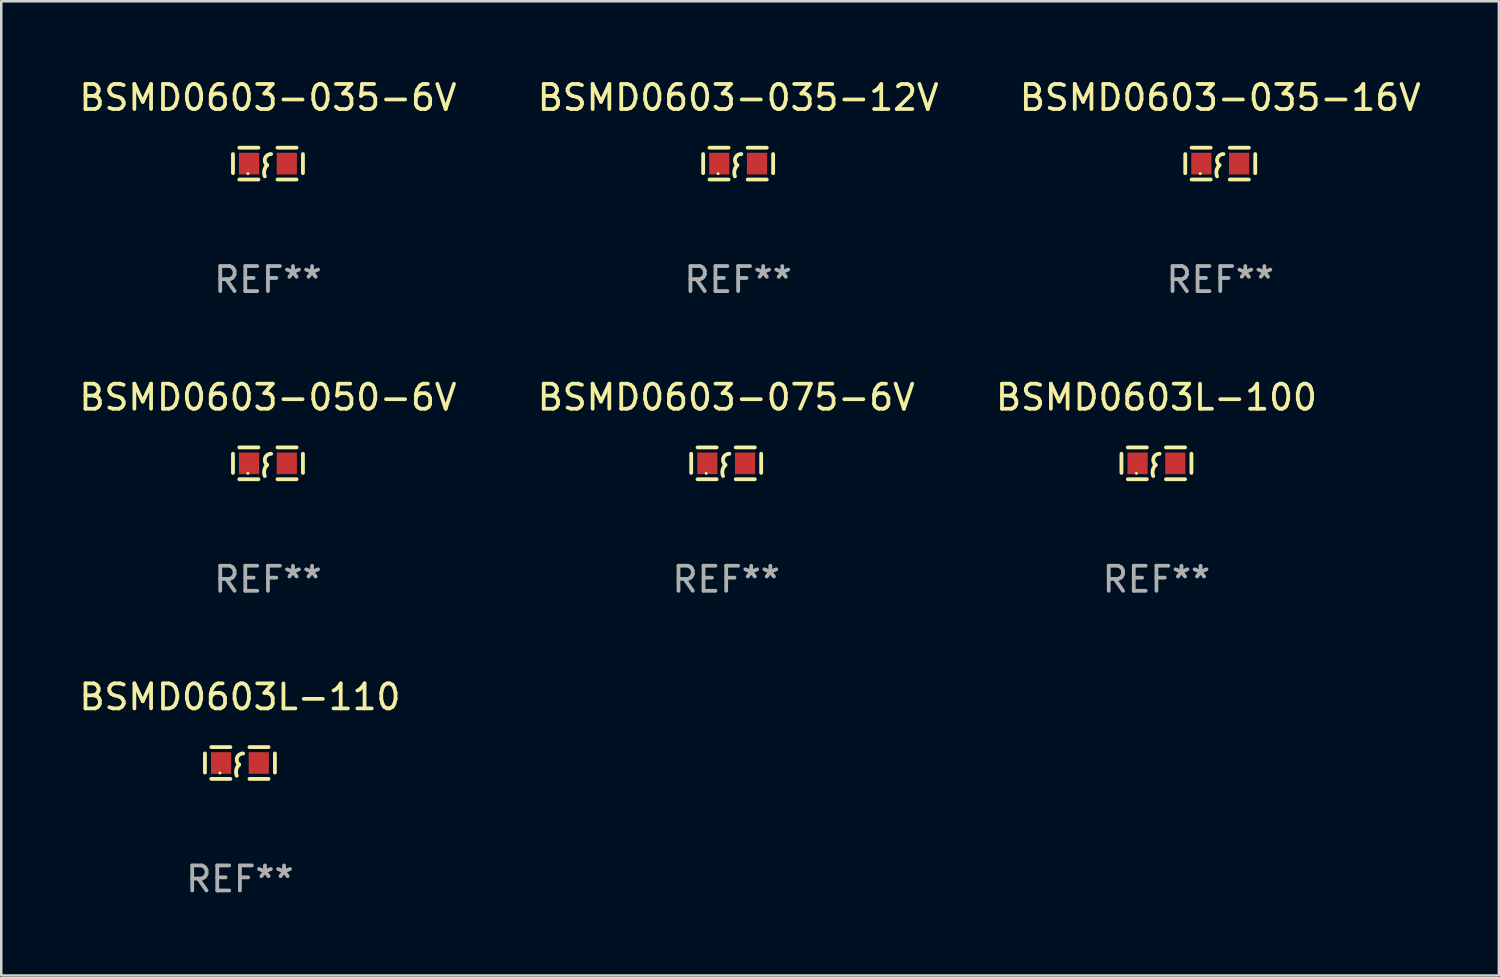
<source format=kicad_pcb>
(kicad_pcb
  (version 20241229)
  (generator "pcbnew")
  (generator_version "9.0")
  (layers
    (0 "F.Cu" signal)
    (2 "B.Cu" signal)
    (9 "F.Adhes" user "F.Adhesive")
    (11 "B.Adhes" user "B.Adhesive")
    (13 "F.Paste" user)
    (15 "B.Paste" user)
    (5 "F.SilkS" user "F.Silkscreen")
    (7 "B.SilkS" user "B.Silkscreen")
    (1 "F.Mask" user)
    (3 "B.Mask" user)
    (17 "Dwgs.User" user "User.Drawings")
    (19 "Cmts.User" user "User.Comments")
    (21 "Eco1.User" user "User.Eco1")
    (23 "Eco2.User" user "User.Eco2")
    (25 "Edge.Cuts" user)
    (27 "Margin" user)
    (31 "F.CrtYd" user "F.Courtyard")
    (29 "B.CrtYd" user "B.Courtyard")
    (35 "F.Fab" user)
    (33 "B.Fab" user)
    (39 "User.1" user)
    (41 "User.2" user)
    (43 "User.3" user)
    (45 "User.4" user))
  (footprint "BSMD0603-035-16V"
    (layer "F.Cu")
    (at 45.673 3.483)
    (property "Reference" "BSMD0603-035-16V" (at 0 -2.635 0) (layer "F.SilkS") (effects (font (size 1 1) (thickness 0.15))))
    (attr through_hole)
    (fp_line (start -1.397 -0.381) (end -1.397 0.381) (stroke (width 0.152) (type solid)) (layer "F.SilkS"))
    (fp_line (start -0.381 -0.635) (end -1.143 -0.635) (stroke (width 0.152) (type solid)) (layer "F.SilkS"))
    (fp_line (start -0.381 0.635) (end -1.143 0.635) (stroke (width 0.152) (type solid)) (layer "F.SilkS"))
    (fp_line (start 0.381 -0.635) (end 1.143 -0.635) (stroke (width 0.152) (type solid)) (layer "F.SilkS"))
    (fp_line (start 0.381 0.635) (end 1.143 0.635) (stroke (width 0.152) (type solid)) (layer "F.SilkS"))
    (fp_line (start 1.397 -0.381) (end 1.397 0.381) (stroke (width 0.152) (type solid)) (layer "F.SilkS"))
    (fp_arc (start -0.127 0.508001) (mid -0.146523 0.271131) (end -0.030861 0.0635) (stroke (width 0.151994) (type solid)) (layer "F.SilkS"))
    (fp_arc (start -0.03175 0.0635) (mid -0.113571 -0.216321) (end 0.127001 -0.381002) (stroke (width 0.151994) (type solid)) (layer "F.SilkS"))
    (fp_circle (center -0.8 0.4) (end -0.77 0.4) (stroke (width 0.06) (type solid)) (fill no) (layer "F.SilkS"))
    (fp_text user "REF**" (at 0 4.635 0) (layer "F.Fab") (effects (font (size 1 1) (thickness 0.15))))
    (pad "1" smd rect (at -0.753 0) (size 0.806 0.864) (layers "F.Cu" "F.Mask" "F.Paste"))
    (pad "2" smd rect (at 0.753 0) (size 0.806 0.864) (layers "F.Cu" "F.Mask" "F.Paste")))
  (footprint "BSMD0603-035-12V"
    (layer "F.Cu")
    (at 26.423 3.483)
    (property "Reference" "BSMD0603-035-12V" (at 0 -2.635 0) (layer "F.SilkS") (effects (font (size 1 1) (thickness 0.15))))
    (attr through_hole)
    (fp_line (start -1.397 -0.381) (end -1.397 0.381) (stroke (width 0.152) (type solid)) (layer "F.SilkS"))
    (fp_line (start -0.381 -0.635) (end -1.143 -0.635) (stroke (width 0.152) (type solid)) (layer "F.SilkS"))
    (fp_line (start -0.381 0.635) (end -1.143 0.635) (stroke (width 0.152) (type solid)) (layer "F.SilkS"))
    (fp_line (start 0.381 -0.635) (end 1.143 -0.635) (stroke (width 0.152) (type solid)) (layer "F.SilkS"))
    (fp_line (start 0.381 0.635) (end 1.143 0.635) (stroke (width 0.152) (type solid)) (layer "F.SilkS"))
    (fp_line (start 1.397 -0.381) (end 1.397 0.381) (stroke (width 0.152) (type solid)) (layer "F.SilkS"))
    (fp_arc (start -0.127 0.508001) (mid -0.146523 0.271131) (end -0.030861 0.0635) (stroke (width 0.151994) (type solid)) (layer "F.SilkS"))
    (fp_arc (start -0.03175 0.0635) (mid -0.113571 -0.216321) (end 0.127001 -0.381002) (stroke (width 0.151994) (type solid)) (layer "F.SilkS"))
    (fp_circle (center -0.8 0.4) (end -0.77 0.4) (stroke (width 0.06) (type solid)) (fill no) (layer "F.SilkS"))
    (fp_text user "REF**" (at 0 4.635 0) (layer "F.Fab") (effects (font (size 1 1) (thickness 0.15))))
    (pad "1" smd rect (at -0.753 0) (size 0.806 0.864) (layers "F.Cu" "F.Mask" "F.Paste"))
    (pad "2" smd rect (at 0.753 0) (size 0.806 0.864) (layers "F.Cu" "F.Mask" "F.Paste")))
  (footprint "BSMD0603L-110"
    (layer "F.Cu")
    (at 6.53 27.416)
    (property "Reference" "BSMD0603L-110" (at 0 -2.635 0) (layer "F.SilkS") (effects (font (size 1 1) (thickness 0.15))))
    (attr through_hole)
    (fp_line (start -1.397 -0.381) (end -1.397 0.381) (stroke (width 0.152) (type solid)) (layer "F.SilkS"))
    (fp_line (start -0.381 -0.635) (end -1.143 -0.635) (stroke (width 0.152) (type solid)) (layer "F.SilkS"))
    (fp_line (start -0.381 0.635) (end -1.143 0.635) (stroke (width 0.152) (type solid)) (layer "F.SilkS"))
    (fp_line (start 0.381 -0.635) (end 1.143 -0.635) (stroke (width 0.152) (type solid)) (layer "F.SilkS"))
    (fp_line (start 0.381 0.635) (end 1.143 0.635) (stroke (width 0.152) (type solid)) (layer "F.SilkS"))
    (fp_line (start 1.397 -0.381) (end 1.397 0.381) (stroke (width 0.152) (type solid)) (layer "F.SilkS"))
    (fp_arc (start -0.127 0.508001) (mid -0.146523 0.271131) (end -0.030861 0.0635) (stroke (width 0.151994) (type solid)) (layer "F.SilkS"))
    (fp_arc (start -0.03175 0.0635) (mid -0.113571 -0.216321) (end 0.127001 -0.381002) (stroke (width 0.151994) (type solid)) (layer "F.SilkS"))
    (fp_circle (center -0.8 0.4) (end -0.77 0.4) (stroke (width 0.06) (type solid)) (fill no) (layer "F.SilkS"))
    (fp_text user "REF**" (at 0 4.635 0) (layer "F.Fab") (effects (font (size 1 1) (thickness 0.15))))
    (pad "1" smd rect (at -0.753 0) (size 0.806 0.864) (layers "F.Cu" "F.Mask" "F.Paste"))
    (pad "2" smd rect (at 0.753 0) (size 0.806 0.864) (layers "F.Cu" "F.Mask" "F.Paste")))
  (footprint "BSMD0603-050-6V"
    (layer "F.Cu")
    (at 7.649 15.45)
    (property "Reference" "BSMD0603-050-6V" (at 0 -2.635 0) (layer "F.SilkS") (effects (font (size 1 1) (thickness 0.15))))
    (attr through_hole)
    (fp_line (start -1.397 -0.381) (end -1.397 0.381) (stroke (width 0.152) (type solid)) (layer "F.SilkS"))
    (fp_line (start -0.381 -0.635) (end -1.143 -0.635) (stroke (width 0.152) (type solid)) (layer "F.SilkS"))
    (fp_line (start -0.381 0.635) (end -1.143 0.635) (stroke (width 0.152) (type solid)) (layer "F.SilkS"))
    (fp_line (start 0.381 -0.635) (end 1.143 -0.635) (stroke (width 0.152) (type solid)) (layer "F.SilkS"))
    (fp_line (start 0.381 0.635) (end 1.143 0.635) (stroke (width 0.152) (type solid)) (layer "F.SilkS"))
    (fp_line (start 1.397 -0.381) (end 1.397 0.381) (stroke (width 0.152) (type solid)) (layer "F.SilkS"))
    (fp_arc (start -0.127 0.508001) (mid -0.146523 0.271131) (end -0.030861 0.0635) (stroke (width 0.151994) (type solid)) (layer "F.SilkS"))
    (fp_arc (start -0.03175 0.0635) (mid -0.113571 -0.216321) (end 0.127001 -0.381002) (stroke (width 0.151994) (type solid)) (layer "F.SilkS"))
    (fp_circle (center -0.8 0.4) (end -0.77 0.4) (stroke (width 0.06) (type solid)) (fill no) (layer "F.SilkS"))
    (fp_text user "REF**" (at 0 4.635 0) (layer "F.Fab") (effects (font (size 1 1) (thickness 0.15))))
    (pad "1" smd rect (at -0.753 0) (size 0.806 0.864) (layers "F.Cu" "F.Mask" "F.Paste"))
    (pad "2" smd rect (at 0.753 0) (size 0.806 0.864) (layers "F.Cu" "F.Mask" "F.Paste")))
  (footprint "BSMD0603-035-6V"
    (layer "F.Cu")
    (at 7.649 3.483)
    (property "Reference" "BSMD0603-035-6V" (at 0 -2.635 0) (layer "F.SilkS") (effects (font (size 1 1) (thickness 0.15))))
    (attr through_hole)
    (fp_line (start -1.397 -0.381) (end -1.397 0.381) (stroke (width 0.152) (type solid)) (layer "F.SilkS"))
    (fp_line (start -0.381 -0.635) (end -1.143 -0.635) (stroke (width 0.152) (type solid)) (layer "F.SilkS"))
    (fp_line (start -0.381 0.635) (end -1.143 0.635) (stroke (width 0.152) (type solid)) (layer "F.SilkS"))
    (fp_line (start 0.381 -0.635) (end 1.143 -0.635) (stroke (width 0.152) (type solid)) (layer "F.SilkS"))
    (fp_line (start 0.381 0.635) (end 1.143 0.635) (stroke (width 0.152) (type solid)) (layer "F.SilkS"))
    (fp_line (start 1.397 -0.381) (end 1.397 0.381) (stroke (width 0.152) (type solid)) (layer "F.SilkS"))
    (fp_arc (start -0.127 0.508001) (mid -0.146523 0.271131) (end -0.030861 0.0635) (stroke (width 0.151994) (type solid)) (layer "F.SilkS"))
    (fp_arc (start -0.03175 0.0635) (mid -0.113571 -0.216321) (end 0.127001 -0.381002) (stroke (width 0.151994) (type solid)) (layer "F.SilkS"))
    (fp_circle (center -0.8 0.4) (end -0.77 0.4) (stroke (width 0.06) (type solid)) (fill no) (layer "F.SilkS"))
    (fp_text user "REF**" (at 0 4.635 0) (layer "F.Fab") (effects (font (size 1 1) (thickness 0.15))))
    (pad "1" smd rect (at -0.753 0) (size 0.806 0.864) (layers "F.Cu" "F.Mask" "F.Paste"))
    (pad "2" smd rect (at 0.753 0) (size 0.806 0.864) (layers "F.Cu" "F.Mask" "F.Paste")))
  (footprint "BSMD0603-075-6V"
    (layer "F.Cu")
    (at 25.946 15.45)
    (property "Reference" "BSMD0603-075-6V" (at 0 -2.635 0) (layer "F.SilkS") (effects (font (size 1 1) (thickness 0.15))))
    (attr through_hole)
    (fp_line (start -1.397 -0.381) (end -1.397 0.381) (stroke (width 0.152) (type solid)) (layer "F.SilkS"))
    (fp_line (start -0.381 -0.635) (end -1.143 -0.635) (stroke (width 0.152) (type solid)) (layer "F.SilkS"))
    (fp_line (start -0.381 0.635) (end -1.143 0.635) (stroke (width 0.152) (type solid)) (layer "F.SilkS"))
    (fp_line (start 0.381 -0.635) (end 1.143 -0.635) (stroke (width 0.152) (type solid)) (layer "F.SilkS"))
    (fp_line (start 0.381 0.635) (end 1.143 0.635) (stroke (width 0.152) (type solid)) (layer "F.SilkS"))
    (fp_line (start 1.397 -0.381) (end 1.397 0.381) (stroke (width 0.152) (type solid)) (layer "F.SilkS"))
    (fp_arc (start -0.127 0.508001) (mid -0.146523 0.271131) (end -0.030861 0.0635) (stroke (width 0.151994) (type solid)) (layer "F.SilkS"))
    (fp_arc (start -0.03175 0.0635) (mid -0.113571 -0.216321) (end 0.127001 -0.381002) (stroke (width 0.151994) (type solid)) (layer "F.SilkS"))
    (fp_circle (center -0.8 0.4) (end -0.77 0.4) (stroke (width 0.06) (type solid)) (fill no) (layer "F.SilkS"))
    (fp_text user "REF**" (at 0 4.635 0) (layer "F.Fab") (effects (font (size 1 1) (thickness 0.15))))
    (pad "1" smd rect (at -0.753 0) (size 0.806 0.864) (layers "F.Cu" "F.Mask" "F.Paste"))
    (pad "2" smd rect (at 0.753 0) (size 0.806 0.864) (layers "F.Cu" "F.Mask" "F.Paste")))
  (footprint "BSMD0603L-100"
    (layer "F.Cu")
    (at 43.125 15.45)
    (property "Reference" "BSMD0603L-100" (at 0 -2.635 0) (layer "F.SilkS") (effects (font (size 1 1) (thickness 0.15))))
    (attr through_hole)
    (fp_line (start -1.397 -0.381) (end -1.397 0.381) (stroke (width 0.152) (type solid)) (layer "F.SilkS"))
    (fp_line (start -0.381 -0.635) (end -1.143 -0.635) (stroke (width 0.152) (type solid)) (layer "F.SilkS"))
    (fp_line (start -0.381 0.635) (end -1.143 0.635) (stroke (width 0.152) (type solid)) (layer "F.SilkS"))
    (fp_line (start 0.381 -0.635) (end 1.143 -0.635) (stroke (width 0.152) (type solid)) (layer "F.SilkS"))
    (fp_line (start 0.381 0.635) (end 1.143 0.635) (stroke (width 0.152) (type solid)) (layer "F.SilkS"))
    (fp_line (start 1.397 -0.381) (end 1.397 0.381) (stroke (width 0.152) (type solid)) (layer "F.SilkS"))
    (fp_arc (start -0.127 0.508001) (mid -0.146523 0.271131) (end -0.030861 0.0635) (stroke (width 0.151994) (type solid)) (layer "F.SilkS"))
    (fp_arc (start -0.03175 0.0635) (mid -0.113571 -0.216321) (end 0.127001 -0.381002) (stroke (width 0.151994) (type solid)) (layer "F.SilkS"))
    (fp_circle (center -0.8 0.4) (end -0.77 0.4) (stroke (width 0.06) (type solid)) (fill no) (layer "F.SilkS"))
    (fp_text user "REF**" (at 0 4.635 0) (layer "F.Fab") (effects (font (size 1 1) (thickness 0.15))))
    (pad "1" smd rect (at -0.753 0) (size 0.806 0.864) (layers "F.Cu" "F.Mask" "F.Paste"))
    (pad "2" smd rect (at 0.753 0) (size 0.806 0.864) (layers "F.Cu" "F.Mask" "F.Paste")))
  (gr_rect
    (start -3 -3)
    (end 56.798 35.9)
    (stroke (width 0.1) (type default))
    (fill no)
    (layer "Edge.Cuts")))
</source>
